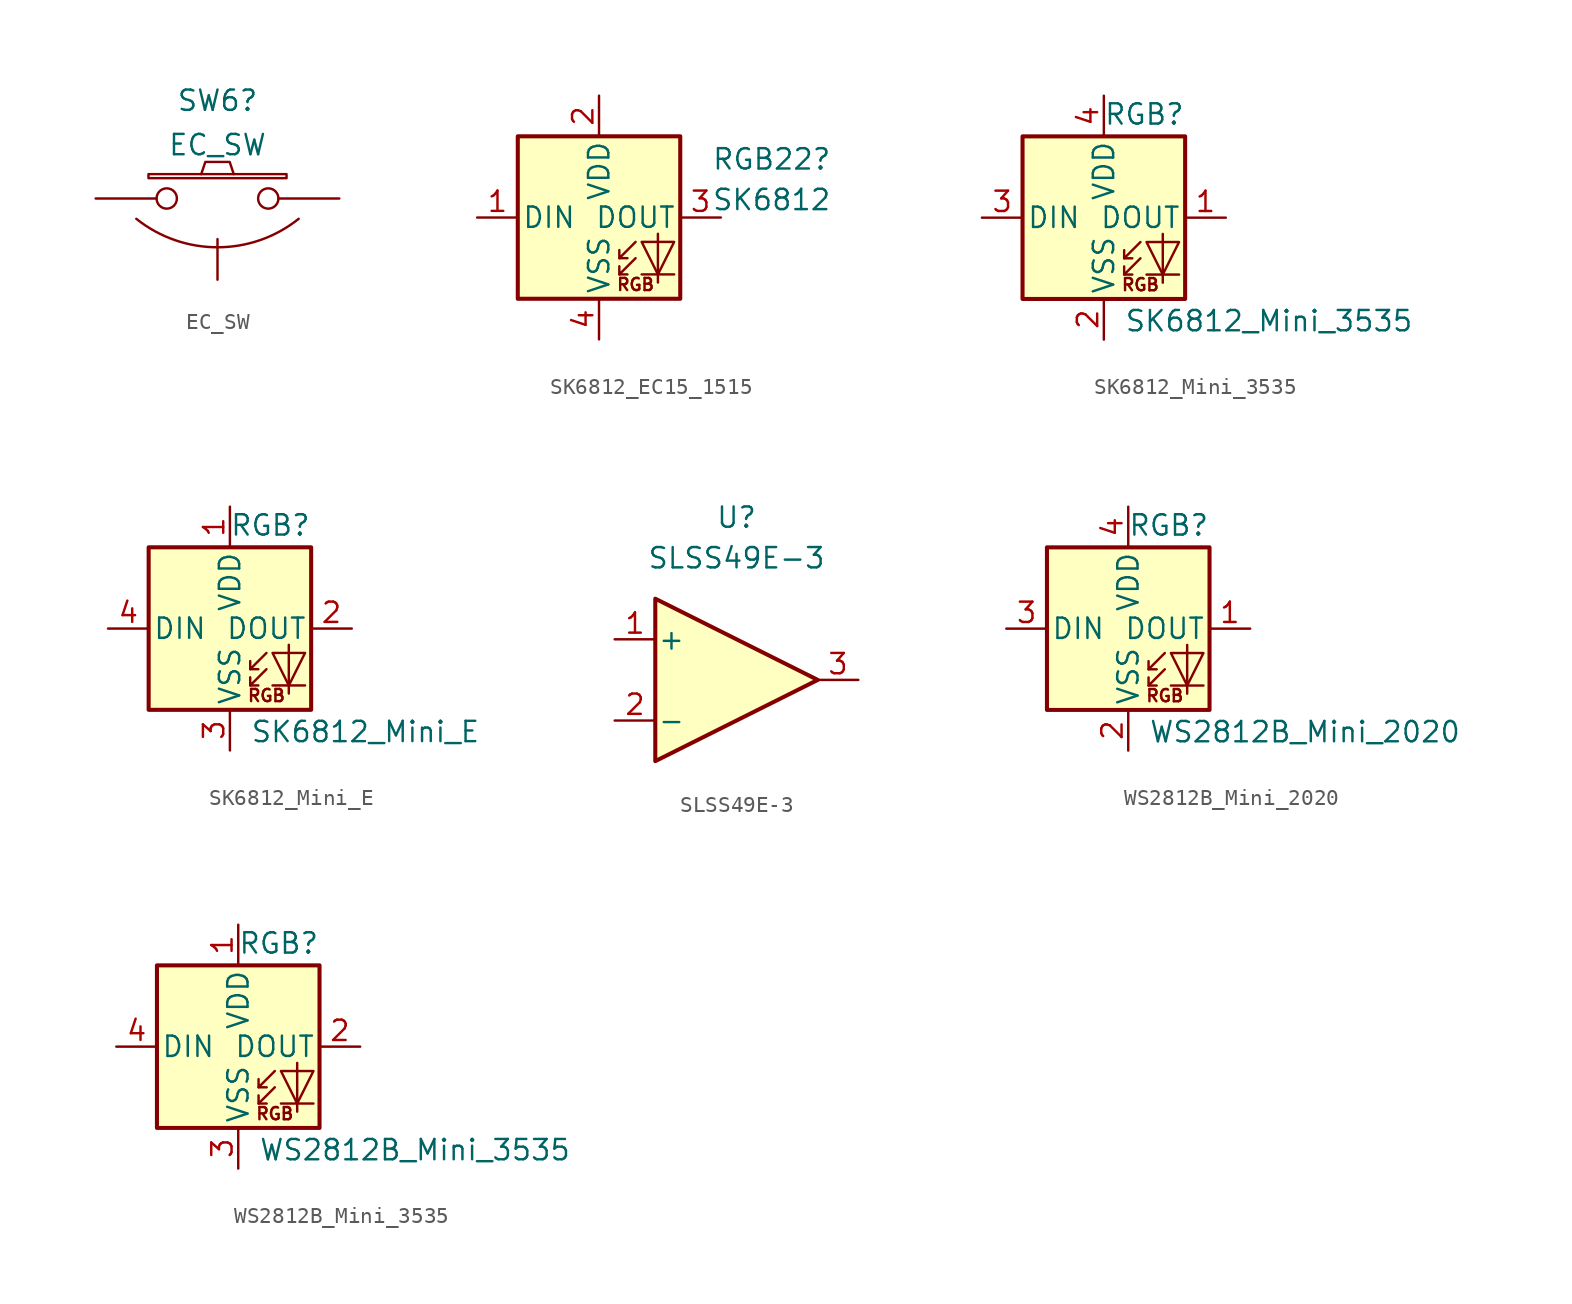
<source format=kicad_sym>
(kicad_symbol_lib
  (version 20231120)
  (generator "kicad_symbol_editor")
  (generator_version "8.0")
  (symbol "EC_SW"
    (pin_numbers hide)
    (pin_names
      (offset 1.016) hide)
    (property "Reference" "SW6"
      (at 0 6.125 0)
      (effects (font (size 1.27 1.27))))
    (property "Value" "EC_SW"
      (at 0 3.35 0)
      (effects (font (size 1.27 1.27))))
    (property "Datasheet" ""
      (at 0 0 0)
      (effects (font (size 1.27 1.27))))
    (symbol "EC_SW_0_1"
      (arc (start -5.08 -1.27) (mid 0 -3.052) (end 5.08 -1.27) (stroke (width 0) (type default)) (fill (type none)))
      (rectangle (start -4.318 1.27) (end 4.318 1.524) (stroke (width 0) (type default)) (fill (type none)))
      (polyline (pts (xy -1.016 1.524) (xy -0.762 2.286) (xy 0.762 2.286) (xy 1.016 1.524)) (stroke (width 0) (type default)) (fill (type none)))
      (pin passive inverted (at -7.62 0 0) (length 5.08) (name "1" (effects (font (size 1.27 1.27)))) (number "1" (effects (font (size 1.27 1.27)))))
      (pin passive inverted (at 7.62 0 180) (length 5.08) (name "2" (effects (font (size 1.27 1.27)))) (number "2" (effects (font (size 1.27 1.27))))))
    (symbol "EC_SW_1_1"
      (pin input line (at 0 -5.08 90) (length 2.54) (name "SG" (effects (font (size 1.27 1.27)))) (number "3" (effects (font (size 1.27 1.27)))))))
  (symbol "SK6812_EC15_1515"
    (pin_names
      (offset 0.254))
    (property "Reference" "RGB22"
      (at 10.795 3.648 0)
      (effects (font (size 1.27 1.27))))
    (property "Value" "SK6812"
      (at 10.795 1.108 0)
      (effects (font (size 1.27 1.27))))
    (symbol "SK6812_EC15_1515_0_0"
      (text "RGB" (at 2.286 -4.191 0) (effects (font (size 0.762 0.762)))))
    (symbol "SK6812_EC15_1515_0_1"
      (polyline (pts (xy 1.27 -3.556) (xy 1.778 -3.556)) (stroke (width 0) (type default)) (fill (type none)))
      (polyline (pts (xy 1.27 -2.54) (xy 1.778 -2.54)) (stroke (width 0) (type default)) (fill (type none)))
      (polyline (pts (xy 4.699 -3.556) (xy 2.667 -3.556)) (stroke (width 0) (type default)) (fill (type none)))
      (polyline (pts (xy 2.286 -2.54) (xy 1.27 -3.556) (xy 1.27 -3.048)) (stroke (width 0) (type default)) (fill (type none)))
      (polyline (pts (xy 2.286 -1.524) (xy 1.27 -2.54) (xy 1.27 -2.032)) (stroke (width 0) (type default)) (fill (type none)))
      (polyline (pts (xy 3.683 -1.016) (xy 3.683 -3.556) (xy 3.683 -4.064)) (stroke (width 0) (type default)) (fill (type none)))
      (polyline (pts (xy 4.699 -1.524) (xy 2.667 -1.524) (xy 3.683 -3.556) (xy 4.699 -1.524)) (stroke (width 0) (type default)) (fill (type none)))
      (rectangle (start 5.08 5.08) (end -5.08 -5.08) (stroke (width 0.254) (type default)) (fill (type background))))
    (symbol "SK6812_EC15_1515_1_1"
      (pin input line (at -7.62 0 0) (length 2.54) (name "DIN" (effects (font (size 1.27 1.27)))) (number "1" (effects (font (size 1.27 1.27)))))
      (pin power_in line (at 0 7.62 270) (length 2.54) (name "VDD" (effects (font (size 1.27 1.27)))) (number "2" (effects (font (size 1.27 1.27)))))
      (pin output line (at 7.62 0 180) (length 2.54) (name "DOUT" (effects (font (size 1.27 1.27)))) (number "3" (effects (font (size 1.27 1.27)))))
      (pin power_in line (at 0 -7.62 90) (length 2.54) (name "VSS" (effects (font (size 1.27 1.27)))) (number "4" (effects (font (size 1.27 1.27)))))))
  (symbol "SK6812_Mini_3535"
    (pin_names
      (offset 0.254))
    (property "Reference" "RGB"
      (at 5.08 5.715 0)
      (effects (font (size 1.27 1.27)) (justify right bottom)))
    (property "Value" "SK6812_Mini_3535"
      (at 1.27 -5.715 0)
      (effects (font (size 1.27 1.27)) (justify left top)))
    (symbol "SK6812_Mini_3535_0_0"
      (text "RGB" (at 2.286 -4.191 0) (effects (font (size 0.762 0.762)))))
    (symbol "SK6812_Mini_3535_0_1"
      (polyline (pts (xy 1.27 -3.556) (xy 1.778 -3.556)) (stroke (width 0) (type default)) (fill (type none)))
      (polyline (pts (xy 1.27 -2.54) (xy 1.778 -2.54)) (stroke (width 0) (type default)) (fill (type none)))
      (polyline (pts (xy 4.699 -3.556) (xy 2.667 -3.556)) (stroke (width 0) (type default)) (fill (type none)))
      (polyline (pts (xy 2.286 -2.54) (xy 1.27 -3.556) (xy 1.27 -3.048)) (stroke (width 0) (type default)) (fill (type none)))
      (polyline (pts (xy 2.286 -1.524) (xy 1.27 -2.54) (xy 1.27 -2.032)) (stroke (width 0) (type default)) (fill (type none)))
      (polyline (pts (xy 3.683 -1.016) (xy 3.683 -3.556) (xy 3.683 -4.064)) (stroke (width 0) (type default)) (fill (type none)))
      (polyline (pts (xy 4.699 -1.524) (xy 2.667 -1.524) (xy 3.683 -3.556) (xy 4.699 -1.524)) (stroke (width 0) (type default)) (fill (type none)))
      (rectangle (start 5.08 5.08) (end -5.08 -5.08) (stroke (width 0.254) (type default)) (fill (type background))))
    (symbol "SK6812_Mini_3535_1_1"
      (pin output line (at 7.62 0 180) (length 2.54) (name "DOUT" (effects (font (size 1.27 1.27)))) (number "1" (effects (font (size 1.27 1.27)))))
      (pin power_in line (at 0 -7.62 90) (length 2.54) (name "VSS" (effects (font (size 1.27 1.27)))) (number "2" (effects (font (size 1.27 1.27)))))
      (pin input line (at -7.62 0 0) (length 2.54) (name "DIN" (effects (font (size 1.27 1.27)))) (number "3" (effects (font (size 1.27 1.27)))))
      (pin power_in line (at 0 7.62 270) (length 2.54) (name "VDD" (effects (font (size 1.27 1.27)))) (number "4" (effects (font (size 1.27 1.27)))))))
  (symbol "SK6812_Mini_E"
    (pin_names
      (offset 0.254))
    (property "Reference" "RGB"
      (at 5.08 5.715 0)
      (effects (font (size 1.27 1.27)) (justify right bottom)))
    (property "Value" "SK6812_Mini_E"
      (at 1.27 -5.715 0)
      (effects (font (size 1.27 1.27)) (justify left top)))
    (symbol "SK6812_Mini_E_0_0"
      (text "RGB" (at 2.286 -4.191 0) (effects (font (size 0.762 0.762)))))
    (symbol "SK6812_Mini_E_0_1"
      (rectangle (start -5.08 5.08) (end 5.08 -5.08) (stroke (width 0.254) (type default)) (fill (type background)))
      (polyline (pts (xy 1.27 -3.556) (xy 1.778 -3.556)) (stroke (width 0) (type default)) (fill (type none)))
      (polyline (pts (xy 1.27 -2.54) (xy 1.778 -2.54)) (stroke (width 0) (type default)) (fill (type none)))
      (polyline (pts (xy 4.699 -3.556) (xy 2.667 -3.556)) (stroke (width 0) (type default)) (fill (type none)))
      (polyline (pts (xy 2.286 -2.54) (xy 1.27 -3.556) (xy 1.27 -3.048)) (stroke (width 0) (type default)) (fill (type none)))
      (polyline (pts (xy 2.286 -1.524) (xy 1.27 -2.54) (xy 1.27 -2.032)) (stroke (width 0) (type default)) (fill (type none)))
      (polyline (pts (xy 3.683 -1.016) (xy 3.683 -3.556) (xy 3.683 -4.064)) (stroke (width 0) (type default)) (fill (type none)))
      (polyline (pts (xy 4.699 -1.524) (xy 2.667 -1.524) (xy 3.683 -3.556) (xy 4.699 -1.524)) (stroke (width 0) (type default)) (fill (type none))))
    (symbol "SK6812_Mini_E_1_1"
      (pin power_in line (at 0 7.62 270) (length 2.54) (name "VDD" (effects (font (size 1.27 1.27)))) (number "1" (effects (font (size 1.27 1.27)))))
      (pin output line (at 7.62 0 180) (length 2.54) (name "DOUT" (effects (font (size 1.27 1.27)))) (number "2" (effects (font (size 1.27 1.27)))))
      (pin power_in line (at 0 -7.62 90) (length 2.54) (name "VSS" (effects (font (size 1.27 1.27)))) (number "3" (effects (font (size 1.27 1.27)))))
      (pin input line (at -7.62 0 0) (length 2.54) (name "DIN" (effects (font (size 1.27 1.27)))) (number "4" (effects (font (size 1.27 1.27)))))))
  (symbol "SLSS49E-3"
    (pin_names
      (offset 0.127))
    (property "Reference" "U"
      (at 0 10.16 0)
      (effects (font (size 1.27 1.27))))
    (property "Value" "SLSS49E-3"
      (at 0 7.62 0)
      (effects (font (size 1.27 1.27))))
    (symbol "SLSS49E-3_1_1"
      (polyline (pts (xy -5.08 5.08) (xy 5.08 0) (xy -5.08 -5.08) (xy -5.08 5.08) (xy -5.08 5.08)) (stroke (width 0.254) (type default)) (fill (type background)))
      (pin input line (at -7.62 2.54 0) (length 2.54) (name "+" (effects (font (size 1.27 1.27)))) (number "1" (effects (font (size 1.27 1.27)))))
      (pin input line (at -7.62 -2.54 0) (length 2.54) (name "-" (effects (font (size 1.27 1.27)))) (number "2" (effects (font (size 1.27 1.27)))))
      (pin output line (at 7.62 0 180) (length 2.54) (name "~" (effects (font (size 1.27 1.27)))) (number "3" (effects (font (size 1.27 1.27)))))))
  (symbol "WS2812B_Mini_2020"
    (pin_names
      (offset 0.254))
    (property "Reference" "RGB"
      (at 5.08 5.715 0)
      (effects (font (size 1.27 1.27)) (justify right bottom)))
    (property "Value" "WS2812B_Mini_2020"
      (at 1.27 -5.715 0)
      (effects (font (size 1.27 1.27)) (justify left top)))
    (symbol "WS2812B_Mini_2020_0_0"
      (text "RGB" (at 2.286 -4.191 0) (effects (font (size 0.762 0.762)))))
    (symbol "WS2812B_Mini_2020_0_1"
      (rectangle (start -5.08 5.08) (end 5.08 -5.08) (stroke (width 0.254) (type default)) (fill (type background)))
      (polyline (pts (xy 1.27 -3.556) (xy 1.778 -3.556)) (stroke (width 0) (type default)) (fill (type none)))
      (polyline (pts (xy 1.27 -2.54) (xy 1.778 -2.54)) (stroke (width 0) (type default)) (fill (type none)))
      (polyline (pts (xy 4.699 -3.556) (xy 2.667 -3.556)) (stroke (width 0) (type default)) (fill (type none)))
      (polyline (pts (xy 2.286 -2.54) (xy 1.27 -3.556) (xy 1.27 -3.048)) (stroke (width 0) (type default)) (fill (type none)))
      (polyline (pts (xy 2.286 -1.524) (xy 1.27 -2.54) (xy 1.27 -2.032)) (stroke (width 0) (type default)) (fill (type none)))
      (polyline (pts (xy 3.683 -1.016) (xy 3.683 -3.556) (xy 3.683 -4.064)) (stroke (width 0) (type default)) (fill (type none)))
      (polyline (pts (xy 4.699 -1.524) (xy 2.667 -1.524) (xy 3.683 -3.556) (xy 4.699 -1.524)) (stroke (width 0) (type default)) (fill (type none))))
    (symbol "WS2812B_Mini_2020_1_1"
      (pin output line (at 7.62 0 180) (length 2.54) (name "DOUT" (effects (font (size 1.27 1.27)))) (number "1" (effects (font (size 1.27 1.27)))))
      (pin power_in line (at 0 -7.62 90) (length 2.54) (name "VSS" (effects (font (size 1.27 1.27)))) (number "2" (effects (font (size 1.27 1.27)))))
      (pin input line (at -7.62 0 0) (length 2.54) (name "DIN" (effects (font (size 1.27 1.27)))) (number "3" (effects (font (size 1.27 1.27)))))
      (pin power_in line (at 0 7.62 270) (length 2.54) (name "VDD" (effects (font (size 1.27 1.27)))) (number "4" (effects (font (size 1.27 1.27)))))))
  (symbol "WS2812B_Mini_3535"
    (pin_names
      (offset 0.254))
    (property "Reference" "RGB"
      (at 5.08 5.715 0)
      (effects (font (size 1.27 1.27)) (justify right bottom)))
    (property "Value" "WS2812B_Mini_3535"
      (at 1.27 -5.715 0)
      (effects (font (size 1.27 1.27)) (justify left top)))
    (symbol "WS2812B_Mini_3535_0_0"
      (text "RGB" (at 2.286 -4.191 0) (effects (font (size 0.762 0.762)))))
    (symbol "WS2812B_Mini_3535_0_1"
      (rectangle (start -5.08 5.08) (end 5.08 -5.08) (stroke (width 0.254) (type default)) (fill (type background)))
      (polyline (pts (xy 1.27 -3.556) (xy 1.778 -3.556)) (stroke (width 0) (type default)) (fill (type none)))
      (polyline (pts (xy 1.27 -2.54) (xy 1.778 -2.54)) (stroke (width 0) (type default)) (fill (type none)))
      (polyline (pts (xy 4.699 -3.556) (xy 2.667 -3.556)) (stroke (width 0) (type default)) (fill (type none)))
      (polyline (pts (xy 2.286 -2.54) (xy 1.27 -3.556) (xy 1.27 -3.048)) (stroke (width 0) (type default)) (fill (type none)))
      (polyline (pts (xy 2.286 -1.524) (xy 1.27 -2.54) (xy 1.27 -2.032)) (stroke (width 0) (type default)) (fill (type none)))
      (polyline (pts (xy 3.683 -1.016) (xy 3.683 -3.556) (xy 3.683 -4.064)) (stroke (width 0) (type default)) (fill (type none)))
      (polyline (pts (xy 4.699 -1.524) (xy 2.667 -1.524) (xy 3.683 -3.556) (xy 4.699 -1.524)) (stroke (width 0) (type default)) (fill (type none))))
    (symbol "WS2812B_Mini_3535_1_1"
      (pin power_in line (at 0 7.62 270) (length 2.54) (name "VDD" (effects (font (size 1.27 1.27)))) (number "1" (effects (font (size 1.27 1.27)))))
      (pin output line (at 7.62 0 180) (length 2.54) (name "DOUT" (effects (font (size 1.27 1.27)))) (number "2" (effects (font (size 1.27 1.27)))))
      (pin power_in line (at 0 -7.62 90) (length 2.54) (name "VSS" (effects (font (size 1.27 1.27)))) (number "3" (effects (font (size 1.27 1.27)))))
      (pin input line (at -7.62 0 0) (length 2.54) (name "DIN" (effects (font (size 1.27 1.27)))) (number "4" (effects (font (size 1.27 1.27))))))))
</source>
